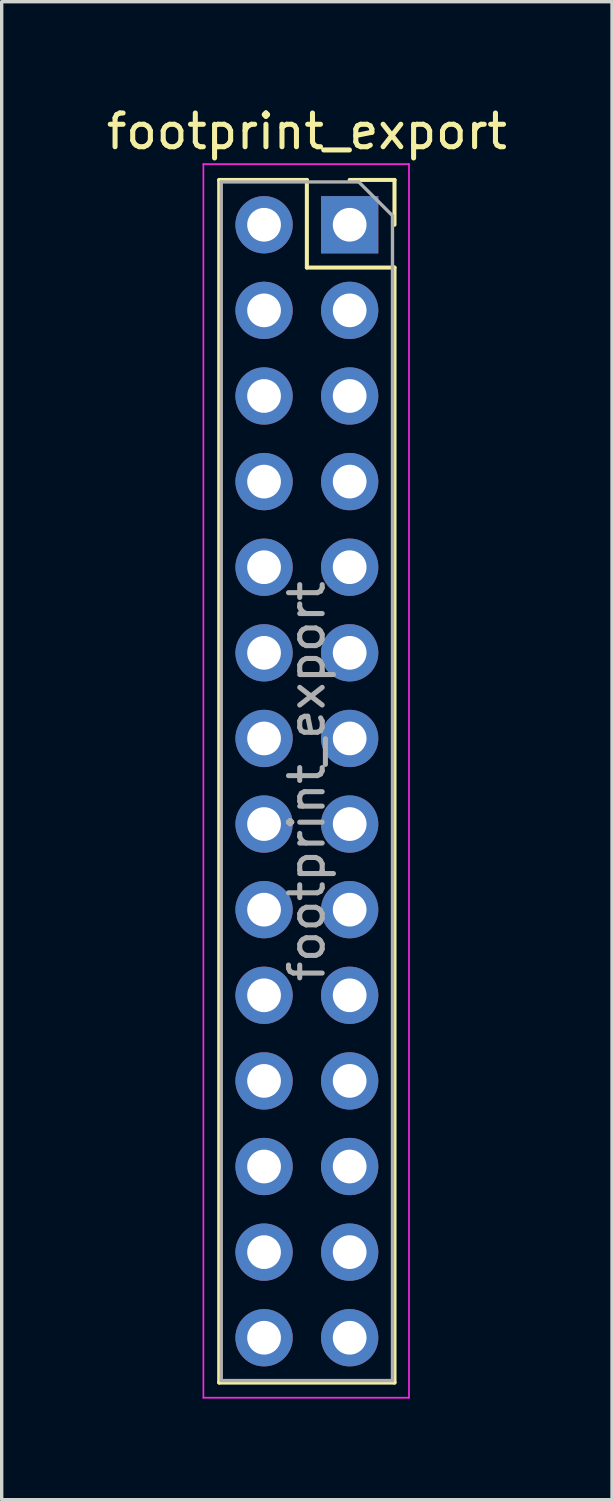
<source format=kicad_pcb>
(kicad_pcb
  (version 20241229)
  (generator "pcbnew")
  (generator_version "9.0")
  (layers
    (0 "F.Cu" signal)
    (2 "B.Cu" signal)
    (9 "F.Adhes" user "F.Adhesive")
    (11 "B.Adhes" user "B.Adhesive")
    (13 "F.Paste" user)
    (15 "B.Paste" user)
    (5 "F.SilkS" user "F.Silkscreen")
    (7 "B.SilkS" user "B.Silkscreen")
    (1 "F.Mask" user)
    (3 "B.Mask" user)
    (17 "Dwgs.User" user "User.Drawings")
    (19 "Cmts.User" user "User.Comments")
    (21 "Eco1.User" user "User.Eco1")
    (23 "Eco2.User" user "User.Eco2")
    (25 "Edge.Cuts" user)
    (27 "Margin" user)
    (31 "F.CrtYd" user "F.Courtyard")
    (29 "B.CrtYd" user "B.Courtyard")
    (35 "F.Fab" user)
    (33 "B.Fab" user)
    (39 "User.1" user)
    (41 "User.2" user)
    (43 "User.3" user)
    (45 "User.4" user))
  (footprint "footprint_export"
    (layer "F.Cu")
    (at 7.324 3.618)
    (property "Reference" "footprint_export" (at -1.27 -2.77 0) (layer "F.SilkS") (effects (font (size 1 1) (thickness 0.15))))
    (attr through_hole)
    (fp_line (start -3.87 -1.33) (end -3.87 34.35) (stroke (width 0.12) (type solid)) (layer "F.SilkS"))
    (fp_line (start -3.87 -1.33) (end -1.27 -1.33) (stroke (width 0.12) (type solid)) (layer "F.SilkS"))
    (fp_line (start -3.87 34.35) (end 1.33 34.35) (stroke (width 0.12) (type solid)) (layer "F.SilkS"))
    (fp_line (start -1.27 -1.33) (end -1.27 1.27) (stroke (width 0.12) (type solid)) (layer "F.SilkS"))
    (fp_line (start -1.27 1.27) (end 1.33 1.27) (stroke (width 0.12) (type solid)) (layer "F.SilkS"))
    (fp_line (start 0 -1.33) (end 1.33 -1.33) (stroke (width 0.12) (type solid)) (layer "F.SilkS"))
    (fp_line (start 1.33 -1.33) (end 1.33 0) (stroke (width 0.12) (type solid)) (layer "F.SilkS"))
    (fp_line (start 1.33 1.27) (end 1.33 34.35) (stroke (width 0.12) (type solid)) (layer "F.SilkS"))
    (fp_line (start -4.34 -1.8) (end 1.76 -1.8) (stroke (width 0.05) (type solid)) (layer "F.CrtYd"))
    (fp_line (start -4.34 34.8) (end -4.34 -1.8) (stroke (width 0.05) (type solid)) (layer "F.CrtYd"))
    (fp_line (start 1.76 -1.8) (end 1.76 34.8) (stroke (width 0.05) (type solid)) (layer "F.CrtYd"))
    (fp_line (start 1.76 34.8) (end -4.34 34.8) (stroke (width 0.05) (type solid)) (layer "F.CrtYd"))
    (fp_line (start -3.81 -1.27) (end 0.27 -1.27) (stroke (width 0.1) (type solid)) (layer "F.Fab"))
    (fp_line (start -3.81 34.29) (end -3.81 -1.27) (stroke (width 0.1) (type solid)) (layer "F.Fab"))
    (fp_line (start 0.27 -1.27) (end 1.27 -0.27) (stroke (width 0.1) (type solid)) (layer "F.Fab"))
    (fp_line (start 1.27 -0.27) (end 1.27 34.29) (stroke (width 0.1) (type solid)) (layer "F.Fab"))
    (fp_line (start 1.27 34.29) (end -3.81 34.29) (stroke (width 0.1) (type solid)) (layer "F.Fab"))
    (fp_text user "${REFERENCE}" (at -1.27 16.51 90) (layer "F.Fab") (effects (font (size 1 1) (thickness 0.15))))
    (pad "1" thru_hole rect (at 0 0) (size 1.7 1.7) (drill 1) (layers "*.Cu" "*.Mask"))
    (pad "2" thru_hole oval (at -2.54 0) (size 1.7 1.7) (drill 1) (layers "*.Cu" "*.Mask"))
    (pad "3" thru_hole oval (at 0 2.54) (size 1.7 1.7) (drill 1) (layers "*.Cu" "*.Mask"))
    (pad "4" thru_hole oval (at -2.54 2.54) (size 1.7 1.7) (drill 1) (layers "*.Cu" "*.Mask"))
    (pad "5" thru_hole oval (at 0 5.08) (size 1.7 1.7) (drill 1) (layers "*.Cu" "*.Mask"))
    (pad "6" thru_hole oval (at -2.54 5.08) (size 1.7 1.7) (drill 1) (layers "*.Cu" "*.Mask"))
    (pad "7" thru_hole oval (at 0 7.62) (size 1.7 1.7) (drill 1) (layers "*.Cu" "*.Mask"))
    (pad "8" thru_hole oval (at -2.54 7.62) (size 1.7 1.7) (drill 1) (layers "*.Cu" "*.Mask"))
    (pad "9" thru_hole oval (at 0 10.16) (size 1.7 1.7) (drill 1) (layers "*.Cu" "*.Mask"))
    (pad "10" thru_hole oval (at -2.54 10.16) (size 1.7 1.7) (drill 1) (layers "*.Cu" "*.Mask"))
    (pad "11" thru_hole oval (at 0 12.7) (size 1.7 1.7) (drill 1) (layers "*.Cu" "*.Mask"))
    (pad "12" thru_hole oval (at -2.54 12.7) (size 1.7 1.7) (drill 1) (layers "*.Cu" "*.Mask"))
    (pad "13" thru_hole oval (at 0 15.24) (size 1.7 1.7) (drill 1) (layers "*.Cu" "*.Mask"))
    (pad "14" thru_hole oval (at -2.54 15.24) (size 1.7 1.7) (drill 1) (layers "*.Cu" "*.Mask"))
    (pad "15" thru_hole oval (at 0 17.78) (size 1.7 1.7) (drill 1) (layers "*.Cu" "*.Mask"))
    (pad "16" thru_hole oval (at -2.54 17.78) (size 1.7 1.7) (drill 1) (layers "*.Cu" "*.Mask"))
    (pad "17" thru_hole oval (at 0 20.32) (size 1.7 1.7) (drill 1) (layers "*.Cu" "*.Mask"))
    (pad "18" thru_hole oval (at -2.54 20.32) (size 1.7 1.7) (drill 1) (layers "*.Cu" "*.Mask"))
    (pad "19" thru_hole oval (at 0 22.86) (size 1.7 1.7) (drill 1) (layers "*.Cu" "*.Mask"))
    (pad "20" thru_hole oval (at -2.54 22.86) (size 1.7 1.7) (drill 1) (layers "*.Cu" "*.Mask"))
    (pad "21" thru_hole oval (at 0 25.4) (size 1.7 1.7) (drill 1) (layers "*.Cu" "*.Mask"))
    (pad "22" thru_hole oval (at -2.54 25.4) (size 1.7 1.7) (drill 1) (layers "*.Cu" "*.Mask"))
    (pad "23" thru_hole oval (at 0 27.94) (size 1.7 1.7) (drill 1) (layers "*.Cu" "*.Mask"))
    (pad "24" thru_hole oval (at -2.54 27.94) (size 1.7 1.7) (drill 1) (layers "*.Cu" "*.Mask"))
    (pad "25" thru_hole oval (at 0 30.48) (size 1.7 1.7) (drill 1) (layers "*.Cu" "*.Mask"))
    (pad "26" thru_hole oval (at -2.54 30.48) (size 1.7 1.7) (drill 1) (layers "*.Cu" "*.Mask"))
    (pad "27" thru_hole oval (at 0 33.02) (size 1.7 1.7) (drill 1) (layers "*.Cu" "*.Mask"))
    (pad "28" thru_hole oval (at -2.54 33.02) (size 1.7 1.7) (drill 1) (layers "*.Cu" "*.Mask")))
  (gr_rect
    (start -3 -3)
    (end 15.107 41.443)
    (stroke (width 0.1) (type default))
    (fill no)
    (layer "Edge.Cuts")))
</source>
